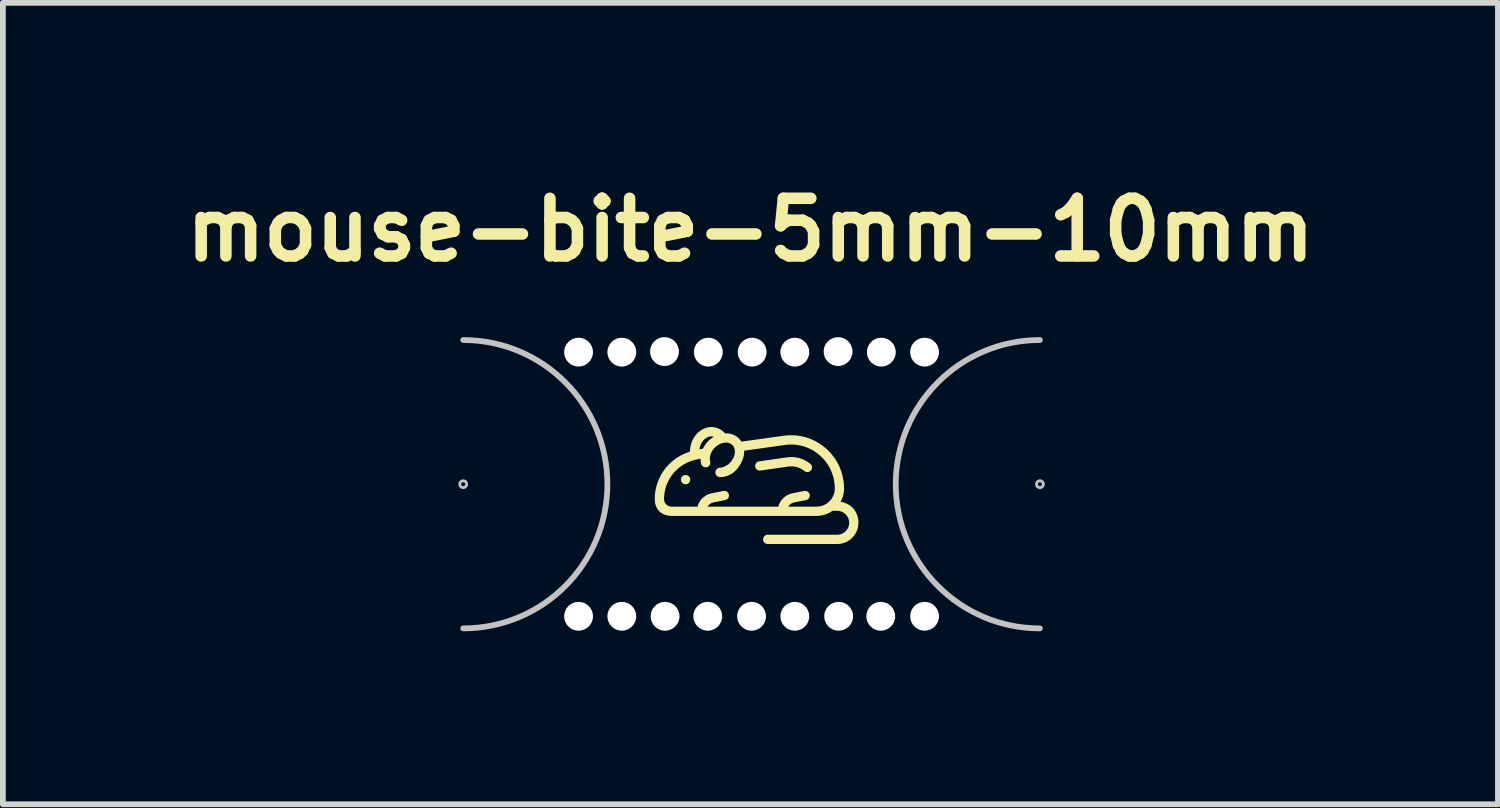
<source format=kicad_pcb>
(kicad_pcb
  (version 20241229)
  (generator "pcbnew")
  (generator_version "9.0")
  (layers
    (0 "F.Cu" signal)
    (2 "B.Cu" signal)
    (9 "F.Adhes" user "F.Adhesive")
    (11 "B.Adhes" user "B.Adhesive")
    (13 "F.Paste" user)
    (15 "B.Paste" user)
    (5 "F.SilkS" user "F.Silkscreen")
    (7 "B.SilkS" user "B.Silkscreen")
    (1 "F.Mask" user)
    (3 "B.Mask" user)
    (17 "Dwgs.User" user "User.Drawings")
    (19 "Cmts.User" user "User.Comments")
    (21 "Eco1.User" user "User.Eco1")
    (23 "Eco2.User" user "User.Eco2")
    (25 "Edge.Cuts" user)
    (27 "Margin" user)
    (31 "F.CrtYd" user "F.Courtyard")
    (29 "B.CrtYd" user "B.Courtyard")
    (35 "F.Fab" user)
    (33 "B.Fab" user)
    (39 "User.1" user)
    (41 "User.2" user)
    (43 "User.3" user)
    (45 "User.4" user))
  (footprint "mouse-bite-5mm-10mm"
    (layer "F.Cu")
    (at 9.982 5.346)
    (property "Reference" "mouse-bite-5mm-10mm" (at -0.02 -4.41 0) (layer "F.SilkS") (effects (font (size 1 1) (thickness 0.2))))
    (attr through_hole)
    (fp_poly (pts (xy -1.14 -0.16) (xy -1.136 -0.16) (xy -1.132 -0.159) (xy -1.128 -0.158) (xy -1.124 -0.158) (xy -1.12 -0.156) (xy -1.116 -0.155) (xy -1.113 -0.154) (xy -1.109 -0.152) (xy -1.106 -0.15) (xy -1.102 -0.148) (xy -1.099 -0.146) (xy -1.096 -0.144) (xy -1.093 -0.142) (xy -1.09 -0.139) (xy -1.087 -0.136) (xy -1.085 -0.134) (xy -1.082 -0.131) (xy -1.08 -0.128) (xy -1.077 -0.125) (xy -1.075 -0.121) (xy -1.073 -0.118) (xy -1.072 -0.114) (xy -1.07 -0.111) (xy -1.068 -0.107) (xy -1.067 -0.103) (xy -1.066 -0.1) (xy -1.065 -0.096) (xy -1.065 -0.092) (xy -1.064 -0.088) (xy -1.064 -0.084) (xy -1.064 -0.08) (xy -1.064 -0.075) (xy -1.064 -0.071) (xy -1.065 -0.067) (xy -1.065 -0.063) (xy -1.066 -0.059) (xy -1.067 -0.056) (xy -1.068 -0.052) (xy -1.07 -0.048) (xy -1.072 -0.045) (xy -1.073 -0.041) (xy -1.075 -0.038) (xy -1.077 -0.035) (xy -1.08 -0.031) (xy -1.082 -0.028) (xy -1.085 -0.025) (xy -1.087 -0.023) (xy -1.09 -0.02) (xy -1.093 -0.017) (xy -1.096 -0.015) (xy -1.099 -0.013) (xy -1.102 -0.011) (xy -1.106 -0.009) (xy -1.109 -0.007) (xy -1.113 -0.005) (xy -1.116 -0.004) (xy -1.12 -0.003) (xy -1.124 -0.002) (xy -1.128 -0.001) (xy -1.132 0.000097) (xy -1.136 0.001) (xy -1.14 0.001) (xy -1.144 0.001) (xy -1.148 0.001) (xy -1.152 0.001) (xy -1.156 0.000097) (xy -1.16 -0.001) (xy -1.164 -0.002) (xy -1.168 -0.003) (xy -1.172 -0.004) (xy -1.175 -0.005) (xy -1.179 -0.007) (xy -1.183 -0.009) (xy -1.186 -0.011) (xy -1.189 -0.013) (xy -1.192 -0.015) (xy -1.195 -0.017) (xy -1.198 -0.02) (xy -1.201 -0.023) (xy -1.204 -0.025) (xy -1.206 -0.028) (xy -1.209 -0.031) (xy -1.211 -0.035) (xy -1.213 -0.038) (xy -1.215 -0.041) (xy -1.217 -0.045) (xy -1.218 -0.048) (xy -1.22 -0.052) (xy -1.221 -0.056) (xy -1.222 -0.059) (xy -1.223 -0.063) (xy -1.224 -0.067) (xy -1.224 -0.071) (xy -1.225 -0.075) (xy -1.225 -0.08) (xy -1.225 -0.084) (xy -1.224 -0.088) (xy -1.224 -0.092) (xy -1.223 -0.096) (xy -1.222 -0.1) (xy -1.221 -0.103) (xy -1.22 -0.107) (xy -1.218 -0.111) (xy -1.217 -0.114) (xy -1.215 -0.118) (xy -1.213 -0.121) (xy -1.211 -0.125) (xy -1.209 -0.128) (xy -1.206 -0.131) (xy -1.204 -0.134) (xy -1.201 -0.136) (xy -1.198 -0.139) (xy -1.195 -0.142) (xy -1.192 -0.144) (xy -1.189 -0.146) (xy -1.186 -0.148) (xy -1.183 -0.15) (xy -1.179 -0.152) (xy -1.175 -0.154) (xy -1.172 -0.155) (xy -1.168 -0.156) (xy -1.164 -0.158) (xy -1.16 -0.158) (xy -1.156 -0.159) (xy -1.152 -0.16) (xy -1.148 -0.16) (xy -1.144 -0.16)) (stroke (width -0.000001) (type solid)) (fill yes) (layer "F.SilkS"))
    (fp_poly (pts (xy 0.699 -0.471) (xy 0.715 -0.471) (xy 0.73 -0.47) (xy 0.745 -0.468) (xy 0.76 -0.467) (xy 0.774 -0.464) (xy 0.789 -0.462) (xy 0.803 -0.459) (xy 0.817 -0.455) (xy 0.831 -0.452) (xy 0.845 -0.447) (xy 0.857 -0.443) (xy 0.868 -0.439) (xy 0.88 -0.435) (xy 0.891 -0.43) (xy 0.903 -0.425) (xy 0.914 -0.42) (xy 0.925 -0.414) (xy 0.936 -0.408) (xy 0.946 -0.403) (xy 0.957 -0.396) (xy 0.968 -0.39) (xy 0.978 -0.383) (xy 0.988 -0.377) (xy 0.998 -0.369) (xy 1.008 -0.362) (xy 1.018 -0.355) (xy 1.021 -0.352) (xy 1.024 -0.349) (xy 1.027 -0.346) (xy 1.03 -0.343) (xy 1.032 -0.34) (xy 1.035 -0.337) (xy 1.037 -0.334) (xy 1.039 -0.33) (xy 1.041 -0.327) (xy 1.042 -0.323) (xy 1.044 -0.32) (xy 1.045 -0.316) (xy 1.046 -0.312) (xy 1.047 -0.308) (xy 1.048 -0.305) (xy 1.048 -0.301) (xy 1.048 -0.297) (xy 1.049 -0.293) (xy 1.049 -0.289) (xy 1.048 -0.285) (xy 1.048 -0.282) (xy 1.047 -0.278) (xy 1.047 -0.274) (xy 1.046 -0.27) (xy 1.045 -0.266) (xy 1.043 -0.263) (xy 1.042 -0.259) (xy 1.04 -0.255) (xy 1.038 -0.252) (xy 1.036 -0.248) (xy 1.034 -0.245) (xy 1.031 -0.241) (xy 1.028 -0.238) (xy 1.025 -0.234) (xy 1.021 -0.231) (xy 1.018 -0.228) (xy 1.014 -0.225) (xy 1.01 -0.223) (xy 1.007 -0.221) (xy 1.003 -0.219) (xy 0.998 -0.217) (xy 0.994 -0.215) (xy 0.99 -0.214) (xy 0.986 -0.213) (xy 0.981 -0.212) (xy 0.977 -0.211) (xy 0.972 -0.211) (xy 0.968 -0.211) (xy 0.963 -0.211) (xy 0.959 -0.211) (xy 0.955 -0.211) (xy 0.952 -0.212) (xy 0.948 -0.213) (xy 0.945 -0.213) (xy 0.942 -0.214) (xy 0.939 -0.215) (xy 0.936 -0.216) (xy 0.934 -0.218) (xy 0.931 -0.219) (xy 0.928 -0.221) (xy 0.926 -0.222) (xy 0.923 -0.224) (xy 0.92 -0.226) (xy 0.918 -0.228) (xy 0.911 -0.234) (xy 0.904 -0.239) (xy 0.897 -0.244) (xy 0.889 -0.249) (xy 0.882 -0.253) (xy 0.875 -0.258) (xy 0.867 -0.262) (xy 0.86 -0.266) (xy 0.852 -0.27) (xy 0.844 -0.274) (xy 0.836 -0.278) (xy 0.828 -0.281) (xy 0.82 -0.285) (xy 0.812 -0.288) (xy 0.804 -0.291) (xy 0.795 -0.293) (xy 0.789 -0.295) (xy 0.783 -0.297) (xy 0.776 -0.299) (xy 0.77 -0.3) (xy 0.757 -0.303) (xy 0.743 -0.305) (xy 0.73 -0.307) (xy 0.716 -0.308) (xy 0.702 -0.309) (xy 0.687 -0.309) (xy 0.675 -0.309) (xy 0.665 -0.309) (xy 0.657 -0.309) (xy 0.651 -0.308) (xy 0.646 -0.308) (xy 0.641 -0.307) (xy 0.629 -0.305) (xy 0.155 -0.237) (xy 0.151 -0.236) (xy 0.147 -0.236) (xy 0.143 -0.236) (xy 0.139 -0.236) (xy 0.135 -0.236) (xy 0.131 -0.237) (xy 0.127 -0.238) (xy 0.123 -0.238) (xy 0.119 -0.24) (xy 0.115 -0.241) (xy 0.112 -0.242) (xy 0.108 -0.244) (xy 0.105 -0.246) (xy 0.101 -0.248) (xy 0.098 -0.25) (xy 0.095 -0.252) (xy 0.092 -0.254) (xy 0.089 -0.257) (xy 0.086 -0.26) (xy 0.084 -0.262) (xy 0.081 -0.265) (xy 0.079 -0.268) (xy 0.076 -0.272) (xy 0.074 -0.275) (xy 0.072 -0.278) (xy 0.071 -0.282) (xy 0.069 -0.285) (xy 0.067 -0.289) (xy 0.066 -0.293) (xy 0.065 -0.297) (xy 0.064 -0.301) (xy 0.064 -0.305) (xy 0.063 -0.309) (xy 0.063 -0.313) (xy 0.063 -0.317) (xy 0.063 -0.321) (xy 0.063 -0.325) (xy 0.064 -0.329) (xy 0.064 -0.333) (xy 0.065 -0.337) (xy 0.066 -0.341) (xy 0.068 -0.344) (xy 0.069 -0.348) (xy 0.071 -0.352) (xy 0.073 -0.355) (xy 0.074 -0.358) (xy 0.077 -0.362) (xy 0.079 -0.365) (xy 0.081 -0.368) (xy 0.084 -0.371) (xy 0.086 -0.374) (xy 0.089 -0.376) (xy 0.092 -0.379) (xy 0.095 -0.381) (xy 0.098 -0.383) (xy 0.102 -0.385) (xy 0.105 -0.387) (xy 0.109 -0.389) (xy 0.112 -0.391) (xy 0.116 -0.392) (xy 0.12 -0.394) (xy 0.124 -0.395) (xy 0.128 -0.396) (xy 0.132 -0.396) (xy 0.606 -0.465) (xy 0.622 -0.467) (xy 0.638 -0.469) (xy 0.653 -0.47) (xy 0.669 -0.471) (xy 0.684 -0.471)) (stroke (width -0.000001) (type solid)) (fill yes) (layer "F.SilkS"))
    (fp_poly (pts (xy -0.669 -0.99) (xy -0.651 -0.988) (xy -0.637 -0.985) (xy -0.624 -0.982) (xy -0.611 -0.979) (xy -0.597 -0.974) (xy -0.584 -0.97) (xy -0.572 -0.964) (xy -0.559 -0.959) (xy -0.547 -0.952) (xy -0.535 -0.945) (xy -0.524 -0.938) (xy -0.512 -0.93) (xy -0.501 -0.921) (xy -0.49 -0.912) (xy -0.48 -0.903) (xy -0.47 -0.893) (xy -0.46 -0.882) (xy -0.447 -0.882) (xy -0.433 -0.882) (xy -0.42 -0.882) (xy -0.407 -0.88) (xy -0.394 -0.879) (xy -0.381 -0.876) (xy -0.368 -0.874) (xy -0.355 -0.871) (xy -0.343 -0.867) (xy -0.331 -0.863) (xy -0.319 -0.858) (xy -0.307 -0.853) (xy -0.295 -0.847) (xy -0.284 -0.841) (xy -0.273 -0.835) (xy -0.262 -0.828) (xy -0.255 -0.823) (xy -0.249 -0.818) (xy -0.243 -0.814) (xy -0.237 -0.809) (xy -0.231 -0.803) (xy -0.225 -0.798) (xy -0.22 -0.793) (xy -0.214 -0.787) (xy -0.209 -0.781) (xy -0.204 -0.775) (xy -0.199 -0.769) (xy -0.194 -0.763) (xy -0.189 -0.757) (xy -0.184 -0.751) (xy -0.18 -0.744) (xy -0.176 -0.738) (xy 0.554 -0.84) (xy 0.58 -0.843) (xy 0.606 -0.846) (xy 0.632 -0.848) (xy 0.658 -0.849) (xy 0.684 -0.849) (xy 0.71 -0.849) (xy 0.736 -0.848) (xy 0.762 -0.846) (xy 0.787 -0.844) (xy 0.813 -0.841) (xy 0.838 -0.837) (xy 0.863 -0.832) (xy 0.888 -0.827) (xy 0.912 -0.821) (xy 0.936 -0.815) (xy 0.96 -0.807) (xy 1.031 -0.782) (xy 1.098 -0.751) (xy 1.162 -0.715) (xy 1.222 -0.675) (xy 1.279 -0.63) (xy 1.332 -0.582) (xy 1.381 -0.529) (xy 1.425 -0.473) (xy 1.465 -0.414) (xy 1.501 -0.351) (xy 1.531 -0.286) (xy 1.557 -0.218) (xy 1.577 -0.149) (xy 1.591 -0.077) (xy 1.601 -0.003) (xy 1.604 0.072) (xy 1.604 0.088) (xy 1.603 0.103) (xy 1.602 0.119) (xy 1.6 0.134) (xy 1.598 0.15) (xy 1.595 0.165) (xy 1.592 0.18) (xy 1.588 0.194) (xy 1.584 0.209) (xy 1.58 0.223) (xy 1.574 0.237) (xy 1.569 0.251) (xy 1.563 0.265) (xy 1.557 0.279) (xy 1.55 0.292) (xy 1.543 0.305) (xy 1.575 0.312) (xy 1.607 0.32) (xy 1.637 0.332) (xy 1.665 0.345) (xy 1.679 0.353) (xy 1.693 0.361) (xy 1.706 0.37) (xy 1.718 0.379) (xy 1.73 0.389) (xy 1.742 0.399) (xy 1.753 0.41) (xy 1.764 0.421) (xy 1.774 0.433) (xy 1.783 0.445) (xy 1.792 0.458) (xy 1.801 0.472) (xy 1.809 0.486) (xy 1.816 0.5) (xy 1.823 0.515) (xy 1.829 0.53) (xy 1.834 0.546) (xy 1.839 0.562) (xy 1.843 0.579) (xy 1.847 0.596) (xy 1.849 0.613) (xy 1.851 0.631) (xy 1.852 0.65) (xy 1.853 0.669) (xy 1.852 0.688) (xy 1.851 0.706) (xy 1.848 0.725) (xy 1.845 0.743) (xy 1.841 0.761) (xy 1.836 0.778) (xy 1.83 0.795) (xy 1.824 0.812) (xy 1.816 0.828) (xy 1.808 0.844) (xy 1.799 0.859) (xy 1.79 0.874) (xy 1.779 0.889) (xy 1.768 0.903) (xy 1.757 0.916) (xy 1.745 0.929) (xy 1.732 0.941) (xy 1.719 0.953) (xy 1.705 0.964) (xy 1.69 0.974) (xy 1.675 0.984) (xy 1.66 0.992) (xy 1.644 1.001) (xy 1.628 1.008) (xy 1.611 1.014) (xy 1.594 1.02) (xy 1.576 1.025) (xy 1.559 1.029) (xy 1.54 1.033) (xy 1.522 1.035) (xy 1.503 1.036) (xy 1.484 1.037) (xy 0.28 1.037) (xy 0.276 1.037) (xy 0.272 1.036) (xy 0.268 1.036) (xy 0.264 1.035) (xy 0.26 1.034) (xy 0.256 1.033) (xy 0.253 1.032) (xy 0.249 1.031) (xy 0.245 1.029) (xy 0.242 1.027) (xy 0.238 1.025) (xy 0.235 1.023) (xy 0.232 1.021) (xy 0.229 1.018) (xy 0.226 1.016) (xy 0.223 1.013) (xy 0.221 1.01) (xy 0.218 1.008) (xy 0.216 1.004) (xy 0.213 1.001) (xy 0.211 0.998) (xy 0.209 0.995) (xy 0.208 0.991) (xy 0.206 0.988) (xy 0.205 0.984) (xy 0.203 0.98) (xy 0.202 0.976) (xy 0.201 0.973) (xy 0.201 0.969) (xy 0.2 0.965) (xy 0.2 0.96) (xy 0.2 0.956) (xy 0.2 0.952) (xy 0.2 0.948) (xy 0.201 0.944) (xy 0.201 0.94) (xy 0.202 0.936) (xy 0.203 0.932) (xy 0.205 0.929) (xy 0.206 0.925) (xy 0.208 0.921) (xy 0.209 0.918) (xy 0.211 0.915) (xy 0.213 0.911) (xy 0.216 0.908) (xy 0.218 0.905) (xy 0.221 0.902) (xy 0.223 0.899) (xy 0.226 0.897) (xy 0.229 0.894) (xy 0.232 0.892) (xy 0.235 0.89) (xy 0.238 0.887) (xy 0.242 0.885) (xy 0.245 0.884) (xy 0.249 0.882) (xy 0.253 0.881) (xy 0.256 0.879) (xy 0.26 0.878) (xy 0.264 0.877) (xy 0.268 0.877) (xy 0.272 0.876) (xy 0.276 0.876) (xy 0.28 0.876) (xy 1.485 0.876) (xy 1.495 0.875) (xy 1.506 0.875) (xy 1.516 0.873) (xy 1.526 0.872) (xy 1.536 0.869) (xy 1.546 0.866) (xy 1.556 0.863) (xy 1.565 0.859) (xy 1.575 0.855) (xy 1.583 0.851) (xy 1.592 0.846) (xy 1.601 0.84) (xy 1.609 0.835) (xy 1.616 0.828) (xy 1.624 0.822) (xy 1.631 0.815) (xy 1.638 0.808) (xy 1.645 0.8) (xy 1.651 0.792) (xy 1.657 0.784) (xy 1.662 0.776) (xy 1.667 0.767) (xy 1.671 0.758) (xy 1.676 0.749) (xy 1.679 0.74) (xy 1.683 0.73) (xy 1.685 0.72) (xy 1.688 0.71) (xy 1.69 0.7) (xy 1.691 0.69) (xy 1.692 0.679) (xy 1.692 0.669) (xy 1.692 0.658) (xy 1.691 0.647) (xy 1.69 0.637) (xy 1.688 0.627) (xy 1.685 0.617) (xy 1.683 0.607) (xy 1.679 0.597) (xy 1.676 0.588) (xy 1.671 0.579) (xy 1.667 0.57) (xy 1.662 0.561) (xy 1.657 0.553) (xy 1.651 0.545) (xy 1.645 0.537) (xy 1.638 0.529) (xy 1.631 0.522) (xy 1.624 0.515) (xy 1.616 0.509) (xy 1.609 0.503) (xy 1.601 0.497) (xy 1.592 0.491) (xy 1.583 0.486) (xy 1.575 0.482) (xy 1.565 0.478) (xy 1.556 0.474) (xy 1.546 0.471) (xy 1.536 0.468) (xy 1.526 0.466) (xy 1.516 0.464) (xy 1.506 0.462) (xy 1.495 0.462) (xy 1.485 0.461) (xy 1.403 0.461) (xy 1.388 0.472) (xy 1.373 0.481) (xy 1.357 0.49) (xy 1.341 0.499) (xy 1.325 0.506) (xy 1.308 0.514) (xy 1.291 0.52) (xy 1.274 0.526) (xy 1.257 0.532) (xy 1.239 0.536) (xy 1.221 0.54) (xy 1.202 0.544) (xy 1.184 0.546) (xy 1.165 0.548) (xy 1.146 0.549) (xy 1.127 0.55) (xy -1.387 0.55) (xy -1.417 0.548) (xy -1.431 0.547) (xy -1.446 0.545) (xy -1.46 0.542) (xy -1.474 0.539) (xy -1.487 0.535) (xy -1.5 0.531) (xy -1.513 0.526) (xy -1.526 0.521) (xy -1.538 0.515) (xy -1.55 0.508) (xy -1.561 0.501) (xy -1.572 0.493) (xy -1.583 0.485) (xy -1.593 0.476) (xy -1.603 0.467) (xy -1.612 0.457) (xy -1.621 0.446) (xy -1.629 0.435) (xy -1.636 0.423) (xy -1.643 0.411) (xy -1.65 0.398) (xy -1.656 0.385) (xy -1.661 0.371) (xy -1.666 0.356) (xy -1.67 0.341) (xy -1.673 0.326) (xy -1.675 0.31) (xy -1.677 0.293) (xy -1.678 0.276) (xy -1.679 0.258) (xy -1.518 0.258) (xy -1.517 0.265) (xy -1.517 0.272) (xy -1.516 0.278) (xy -1.515 0.284) (xy -1.513 0.291) (xy -1.512 0.297) (xy -1.51 0.303) (xy -1.507 0.309) (xy -1.505 0.315) (xy -1.502 0.32) (xy -1.499 0.326) (xy -1.495 0.331) (xy -1.492 0.336) (xy -1.488 0.341) (xy -1.484 0.346) (xy -1.479 0.35) (xy -1.475 0.355) (xy -1.47 0.359) (xy -1.465 0.363) (xy -1.46 0.366) (xy -1.455 0.37) (xy -1.449 0.373) (xy -1.444 0.376) (xy -1.438 0.378) (xy -1.432 0.381) (xy -1.426 0.383) (xy -1.42 0.385) (xy -1.413 0.386) (xy -1.407 0.387) (xy -1.4 0.388) (xy -1.394 0.389) (xy -1.387 0.389) (xy -0.937 0.389) (xy -0.931 0.368) (xy -0.923 0.347) (xy -0.914 0.327) (xy -0.903 0.308) (xy -0.892 0.289) (xy -0.879 0.272) (xy -0.864 0.255) (xy -0.849 0.24) (xy -0.833 0.225) (xy -0.815 0.212) (xy -0.797 0.199) (xy -0.778 0.188) (xy -0.758 0.179) (xy -0.737 0.17) (xy -0.715 0.164) (xy -0.693 0.158) (xy -0.489 0.117) (xy -0.484 0.117) (xy -0.48 0.116) (xy -0.476 0.116) (xy -0.472 0.116) (xy -0.468 0.116) (xy -0.464 0.116) (xy -0.46 0.117) (xy -0.456 0.117) (xy -0.453 0.118) (xy -0.449 0.119) (xy -0.445 0.121) (xy -0.442 0.122) (xy -0.438 0.124) (xy -0.435 0.125) (xy -0.431 0.127) (xy -0.428 0.129) (xy -0.425 0.131) (xy -0.422 0.134) (xy -0.419 0.136) (xy -0.416 0.139) (xy -0.413 0.142) (xy -0.411 0.145) (xy -0.408 0.148) (xy -0.406 0.151) (xy -0.404 0.154) (xy -0.402 0.158) (xy -0.4 0.161) (xy -0.398 0.165) (xy -0.397 0.169) (xy -0.396 0.172) (xy -0.395 0.176) (xy -0.394 0.18) (xy -0.393 0.185) (xy -0.392 0.189) (xy -0.392 0.193) (xy -0.392 0.197) (xy -0.392 0.201) (xy -0.392 0.205) (xy -0.393 0.209) (xy -0.394 0.212) (xy -0.395 0.216) (xy -0.396 0.22) (xy -0.397 0.224) (xy -0.398 0.227) (xy -0.4 0.231) (xy -0.402 0.234) (xy -0.403 0.238) (xy -0.406 0.241) (xy -0.408 0.244) (xy -0.41 0.247) (xy -0.413 0.25) (xy -0.415 0.253) (xy -0.418 0.256) (xy -0.421 0.258) (xy -0.424 0.261) (xy -0.427 0.263) (xy -0.431 0.265) (xy -0.434 0.267) (xy -0.438 0.269) (xy -0.441 0.27) (xy -0.445 0.272) (xy -0.449 0.273) (xy -0.453 0.274) (xy -0.457 0.275) (xy -0.661 0.316) (xy -0.669 0.318) (xy -0.677 0.32) (xy -0.685 0.323) (xy -0.693 0.326) (xy -0.7 0.33) (xy -0.707 0.333) (xy -0.714 0.338) (xy -0.721 0.342) (xy -0.727 0.347) (xy -0.734 0.352) (xy -0.739 0.358) (xy -0.745 0.363) (xy -0.75 0.369) (xy -0.755 0.376) (xy -0.76 0.382) (xy -0.764 0.389) (xy 0.463 0.389) (xy 0.47 0.368) (xy 0.478 0.347) (xy 0.487 0.327) (xy 0.497 0.308) (xy 0.509 0.289) (xy 0.522 0.272) (xy 0.537 0.255) (xy 0.552 0.24) (xy 0.568 0.225) (xy 0.586 0.212) (xy 0.604 0.199) (xy 0.623 0.188) (xy 0.643 0.179) (xy 0.664 0.17) (xy 0.686 0.164) (xy 0.708 0.158) (xy 0.912 0.117) (xy 0.917 0.117) (xy 0.921 0.116) (xy 0.925 0.116) (xy 0.929 0.116) (xy 0.933 0.116) (xy 0.937 0.116) (xy 0.941 0.117) (xy 0.944 0.117) (xy 0.948 0.118) (xy 0.952 0.119) (xy 0.956 0.121) (xy 0.959 0.122) (xy 0.963 0.124) (xy 0.966 0.125) (xy 0.97 0.127) (xy 0.973 0.129) (xy 0.976 0.131) (xy 0.979 0.134) (xy 0.982 0.136) (xy 0.985 0.139) (xy 0.988 0.142) (xy 0.99 0.145) (xy 0.993 0.148) (xy 0.995 0.151) (xy 0.997 0.154) (xy 0.999 0.158) (xy 1.001 0.161) (xy 1.003 0.165) (xy 1.004 0.169) (xy 1.005 0.172) (xy 1.006 0.176) (xy 1.007 0.18) (xy 1.008 0.185) (xy 1.009 0.189) (xy 1.009 0.193) (xy 1.009 0.197) (xy 1.009 0.201) (xy 1.008 0.205) (xy 1.008 0.209) (xy 1.007 0.212) (xy 1.006 0.216) (xy 1.005 0.22) (xy 1.004 0.224) (xy 1.003 0.227) (xy 1.001 0.231) (xy 0.999 0.234) (xy 0.997 0.238) (xy 0.995 0.241) (xy 0.993 0.244) (xy 0.991 0.247) (xy 0.988 0.25) (xy 0.986 0.253) (xy 0.983 0.256) (xy 0.98 0.258) (xy 0.977 0.261) (xy 0.974 0.263) (xy 0.97 0.265) (xy 0.967 0.267) (xy 0.963 0.269) (xy 0.96 0.27) (xy 0.956 0.272) (xy 0.952 0.273) (xy 0.948 0.274) (xy 0.944 0.275) (xy 0.74 0.316) (xy 0.732 0.318) (xy 0.724 0.32) (xy 0.716 0.323) (xy 0.708 0.326) (xy 0.701 0.33) (xy 0.694 0.333) (xy 0.687 0.338) (xy 0.68 0.342) (xy 0.674 0.347) (xy 0.667 0.352) (xy 0.662 0.358) (xy 0.656 0.363) (xy 0.651 0.369) (xy 0.646 0.376) (xy 0.641 0.382) (xy 0.637 0.389) (xy 1.127 0.389) (xy 1.127 0.389) (xy 1.143 0.388) (xy 1.159 0.387) (xy 1.175 0.385) (xy 1.19 0.382) (xy 1.206 0.379) (xy 1.221 0.375) (xy 1.235 0.37) (xy 1.25 0.364) (xy 1.264 0.358) (xy 1.277 0.351) (xy 1.291 0.343) (xy 1.303 0.335) (xy 1.316 0.326) (xy 1.328 0.316) (xy 1.339 0.306) (xy 1.35 0.296) (xy 1.361 0.285) (xy 1.371 0.273) (xy 1.38 0.262) (xy 1.389 0.249) (xy 1.397 0.236) (xy 1.405 0.223) (xy 1.412 0.209) (xy 1.418 0.195) (xy 1.424 0.181) (xy 1.429 0.166) (xy 1.433 0.151) (xy 1.437 0.136) (xy 1.439 0.121) (xy 1.441 0.105) (xy 1.443 0.089) (xy 1.443 0.072) (xy 1.442 0.041) (xy 1.44 0.011) (xy 1.437 -0.02) (xy 1.433 -0.05) (xy 1.427 -0.08) (xy 1.421 -0.109) (xy 1.413 -0.138) (xy 1.404 -0.167) (xy 1.394 -0.195) (xy 1.383 -0.223) (xy 1.371 -0.25) (xy 1.358 -0.277) (xy 1.344 -0.303) (xy 1.329 -0.328) (xy 1.313 -0.353) (xy 1.295 -0.377) (xy 1.278 -0.401) (xy 1.259 -0.424) (xy 1.239 -0.446) (xy 1.218 -0.467) (xy 1.197 -0.488) (xy 1.175 -0.507) (xy 1.152 -0.526) (xy 1.128 -0.544) (xy 1.103 -0.561) (xy 1.078 -0.578) (xy 1.052 -0.593) (xy 1.025 -0.607) (xy 0.998 -0.62) (xy 0.969 -0.633) (xy 0.941 -0.644) (xy 0.911 -0.654) (xy 0.892 -0.66) (xy 0.872 -0.665) (xy 0.852 -0.67) (xy 0.831 -0.674) (xy 0.811 -0.678) (xy 0.79 -0.681) (xy 0.769 -0.684) (xy 0.748 -0.686) (xy 0.727 -0.687) (xy 0.706 -0.688) (xy 0.684 -0.688) (xy 0.663 -0.687) (xy 0.641 -0.686) (xy 0.62 -0.685) (xy 0.598 -0.683) (xy 0.577 -0.68) (xy -0.129 -0.581) (xy -0.128 -0.563) (xy -0.129 -0.546) (xy -0.13 -0.528) (xy -0.133 -0.51) (xy -0.136 -0.492) (xy -0.14 -0.474) (xy -0.145 -0.457) (xy -0.15 -0.439) (xy -0.157 -0.421) (xy -0.164 -0.404) (xy -0.172 -0.387) (xy -0.181 -0.369) (xy -0.19 -0.352) (xy -0.2 -0.336) (xy -0.21 -0.319) (xy -0.221 -0.303) (xy -0.233 -0.287) (xy -0.245 -0.272) (xy -0.257 -0.258) (xy -0.269 -0.245) (xy -0.281 -0.232) (xy -0.293 -0.221) (xy -0.306 -0.211) (xy -0.318 -0.201) (xy -0.33 -0.192) (xy -0.343 -0.184) (xy -0.355 -0.176) (xy -0.367 -0.169) (xy -0.379 -0.163) (xy -0.391 -0.157) (xy -0.403 -0.152) (xy -0.415 -0.147) (xy -0.437 -0.14) (xy -0.458 -0.134) (xy -0.478 -0.13) (xy -0.496 -0.127) (xy -0.512 -0.125) (xy -0.526 -0.124) (xy -0.547 -0.124) (xy -0.551 -0.124) (xy -0.555 -0.124) (xy -0.559 -0.124) (xy -0.563 -0.125) (xy -0.566 -0.126) (xy -0.57 -0.127) (xy -0.573 -0.128) (xy -0.577 -0.129) (xy -0.58 -0.131) (xy -0.584 -0.132) (xy -0.587 -0.134) (xy -0.59 -0.136) (xy -0.593 -0.138) (xy -0.596 -0.14) (xy -0.599 -0.143) (xy -0.602 -0.145) (xy -0.604 -0.148) (xy -0.607 -0.15) (xy -0.609 -0.153) (xy -0.612 -0.156) (xy -0.614 -0.159) (xy -0.616 -0.162) (xy -0.618 -0.166) (xy -0.619 -0.169) (xy -0.621 -0.172) (xy -0.622 -0.176) (xy -0.624 -0.18) (xy -0.625 -0.183) (xy -0.626 -0.187) (xy -0.626 -0.191) (xy -0.627 -0.195) (xy -0.627 -0.199) (xy -0.628 -0.203) (xy -0.628 -0.207) (xy -0.627 -0.211) (xy -0.627 -0.215) (xy -0.626 -0.219) (xy -0.626 -0.223) (xy -0.625 -0.227) (xy -0.623 -0.23) (xy -0.622 -0.234) (xy -0.62 -0.238) (xy -0.619 -0.241) (xy -0.617 -0.245) (xy -0.615 -0.248) (xy -0.613 -0.251) (xy -0.61 -0.254) (xy -0.608 -0.257) (xy -0.605 -0.26) (xy -0.603 -0.263) (xy -0.6 -0.265) (xy -0.597 -0.268) (xy -0.594 -0.27) (xy -0.59 -0.272) (xy -0.587 -0.274) (xy -0.584 -0.276) (xy -0.58 -0.278) (xy -0.576 -0.279) (xy -0.573 -0.281) (xy -0.569 -0.282) (xy -0.565 -0.283) (xy -0.561 -0.284) (xy -0.557 -0.284) (xy -0.553 -0.285) (xy -0.539 -0.286) (xy -0.525 -0.288) (xy -0.511 -0.292) (xy -0.497 -0.296) (xy -0.483 -0.3) (xy -0.469 -0.306) (xy -0.456 -0.313) (xy -0.443 -0.32) (xy -0.43 -0.328) (xy -0.417 -0.336) (xy -0.405 -0.345) (xy -0.393 -0.355) (xy -0.381 -0.366) (xy -0.37 -0.377) (xy -0.359 -0.389) (xy -0.349 -0.401) (xy -0.341 -0.413) (xy -0.333 -0.424) (xy -0.326 -0.436) (xy -0.319 -0.448) (xy -0.313 -0.46) (xy -0.308 -0.473) (xy -0.303 -0.485) (xy -0.299 -0.497) (xy -0.296 -0.51) (xy -0.293 -0.522) (xy -0.291 -0.534) (xy -0.29 -0.547) (xy -0.289 -0.559) (xy -0.289 -0.571) (xy -0.29 -0.583) (xy -0.292 -0.595) (xy -0.293 -0.6) (xy -0.294 -0.606) (xy -0.295 -0.613) (xy -0.297 -0.619) (xy -0.299 -0.626) (xy -0.302 -0.632) (xy -0.305 -0.639) (xy -0.308 -0.645) (xy -0.312 -0.652) (xy -0.316 -0.659) (xy -0.321 -0.665) (xy -0.326 -0.671) (xy -0.332 -0.678) (xy -0.335 -0.681) (xy -0.338 -0.684) (xy -0.341 -0.686) (xy -0.345 -0.689) (xy -0.349 -0.692) (xy -0.352 -0.695) (xy -0.361 -0.7) (xy -0.369 -0.704) (xy -0.378 -0.709) (xy -0.387 -0.712) (xy -0.396 -0.715) (xy -0.406 -0.717) (xy -0.416 -0.719) (xy -0.426 -0.72) (xy -0.436 -0.721) (xy -0.446 -0.721) (xy -0.456 -0.721) (xy -0.467 -0.72) (xy -0.477 -0.719) (xy -0.488 -0.717) (xy -0.499 -0.715) (xy -0.509 -0.712) (xy -0.52 -0.708) (xy -0.531 -0.705) (xy -0.541 -0.7) (xy -0.552 -0.695) (xy -0.562 -0.69) (xy -0.572 -0.685) (xy -0.582 -0.678) (xy -0.592 -0.672) (xy -0.602 -0.665) (xy -0.612 -0.657) (xy -0.621 -0.65) (xy -0.63 -0.641) (xy -0.639 -0.633) (xy -0.648 -0.624) (xy -0.656 -0.614) (xy -0.664 -0.604) (xy -0.673 -0.592) (xy -0.682 -0.579) (xy -0.689 -0.566) (xy -0.696 -0.553) (xy -0.702 -0.539) (xy -0.708 -0.526) (xy -0.712 -0.512) (xy -0.716 -0.499) (xy -0.719 -0.485) (xy -0.722 -0.472) (xy -0.723 -0.458) (xy -0.724 -0.445) (xy -0.724 -0.432) (xy -0.723 -0.419) (xy -0.721 -0.406) (xy -0.718 -0.394) (xy -0.717 -0.39) (xy -0.716 -0.386) (xy -0.716 -0.382) (xy -0.715 -0.378) (xy -0.715 -0.374) (xy -0.715 -0.37) (xy -0.715 -0.366) (xy -0.716 -0.362) (xy -0.717 -0.358) (xy -0.717 -0.354) (xy -0.718 -0.35) (xy -0.72 -0.347) (xy -0.721 -0.343) (xy -0.723 -0.339) (xy -0.724 -0.336) (xy -0.726 -0.333) (xy -0.728 -0.329) (xy -0.73 -0.326) (xy -0.733 -0.323) (xy -0.735 -0.32) (xy -0.738 -0.317) (xy -0.741 -0.314) (xy -0.744 -0.312) (xy -0.747 -0.309) (xy -0.75 -0.307) (xy -0.753 -0.305) (xy -0.757 -0.303) (xy -0.76 -0.301) (xy -0.764 -0.299) (xy -0.768 -0.298) (xy -0.771 -0.297) (xy -0.775 -0.295) (xy -0.78 -0.295) (xy -0.784 -0.294) (xy -0.788 -0.293) (xy -0.792 -0.293) (xy -0.796 -0.293) (xy -0.8 -0.293) (xy -0.804 -0.293) (xy -0.808 -0.294) (xy -0.811 -0.294) (xy -0.815 -0.295) (xy -0.819 -0.296) (xy -0.823 -0.297) (xy -0.826 -0.299) (xy -0.83 -0.3) (xy -0.833 -0.302) (xy -0.837 -0.304) (xy -0.84 -0.306) (xy -0.843 -0.308) (xy -0.846 -0.311) (xy -0.849 -0.313) (xy -0.852 -0.316) (xy -0.855 -0.318) (xy -0.857 -0.321) (xy -0.86 -0.324) (xy -0.862 -0.328) (xy -0.864 -0.331) (xy -0.866 -0.334) (xy -0.868 -0.338) (xy -0.87 -0.341) (xy -0.871 -0.345) (xy -0.873 -0.349) (xy -0.874 -0.353) (xy -0.877 -0.364) (xy -0.879 -0.375) (xy -0.881 -0.386) (xy -0.883 -0.398) (xy -0.884 -0.409) (xy -0.885 -0.421) (xy -0.885 -0.432) (xy -0.885 -0.444) (xy -0.978 -0.422) (xy -1.006 -0.415) (xy -1.035 -0.406) (xy -1.062 -0.397) (xy -1.089 -0.386) (xy -1.116 -0.374) (xy -1.142 -0.361) (xy -1.168 -0.347) (xy -1.193 -0.332) (xy -1.217 -0.316) (xy -1.241 -0.298) (xy -1.264 -0.28) (xy -1.286 -0.261) (xy -1.307 -0.241) (xy -1.328 -0.22) (xy -1.348 -0.199) (xy -1.366 -0.176) (xy -1.384 -0.153) (xy -1.401 -0.128) (xy -1.417 -0.104) (xy -1.431 -0.078) (xy -1.445 -0.052) (xy -1.457 -0.026) (xy -1.468 0.001) (xy -1.479 0.028) (xy -1.488 0.056) (xy -1.496 0.084) (xy -1.502 0.113) (xy -1.508 0.142) (xy -1.512 0.17) (xy -1.515 0.2) (xy -1.517 0.229) (xy -1.518 0.258) (xy -1.679 0.258) (xy -1.679 0.258) (xy -1.678 0.222) (xy -1.676 0.186) (xy -1.672 0.15) (xy -1.667 0.114) (xy -1.66 0.079) (xy -1.651 0.044) (xy -1.642 0.009) (xy -1.631 -0.025) (xy -1.618 -0.059) (xy -1.604 -0.092) (xy -1.589 -0.124) (xy -1.572 -0.156) (xy -1.554 -0.188) (xy -1.535 -0.218) (xy -1.514 -0.248) (xy -1.493 -0.276) (xy -1.472 -0.302) (xy -1.45 -0.326) (xy -1.427 -0.35) (xy -1.404 -0.372) (xy -1.379 -0.394) (xy -1.354 -0.414) (xy -1.329 -0.434) (xy -1.302 -0.453) (xy -1.275 -0.471) (xy -1.247 -0.487) (xy -1.218 -0.503) (xy -1.189 -0.517) (xy -1.16 -0.531) (xy -1.13 -0.543) (xy -1.099 -0.554) (xy -1.068 -0.565) (xy -1.068 -0.574) (xy -1.068 -0.584) (xy -1.067 -0.593) (xy -1.066 -0.603) (xy -1.066 -0.604) (xy -0.904 -0.604) (xy -0.843 -0.618) (xy -0.838 -0.629) (xy -0.832 -0.64) (xy -0.826 -0.651) (xy -0.819 -0.661) (xy -0.813 -0.672) (xy -0.806 -0.682) (xy -0.799 -0.692) (xy -0.791 -0.702) (xy -0.784 -0.711) (xy -0.777 -0.72) (xy -0.769 -0.729) (xy -0.761 -0.737) (xy -0.753 -0.746) (xy -0.745 -0.754) (xy -0.736 -0.762) (xy -0.728 -0.77) (xy -0.719 -0.777) (xy -0.71 -0.784) (xy -0.701 -0.791) (xy -0.692 -0.798) (xy -0.683 -0.805) (xy -0.673 -0.811) (xy -0.664 -0.817) (xy -0.654 -0.823) (xy -0.657 -0.824) (xy -0.659 -0.825) (xy -0.662 -0.825) (xy -0.664 -0.826) (xy -0.667 -0.826) (xy -0.669 -0.827) (xy -0.672 -0.827) (xy -0.675 -0.828) (xy -0.684 -0.829) (xy -0.694 -0.829) (xy -0.704 -0.829) (xy -0.713 -0.828) (xy -0.723 -0.827) (xy -0.732 -0.825) (xy -0.742 -0.823) (xy -0.751 -0.82) (xy -0.76 -0.816) (xy -0.769 -0.812) (xy -0.778 -0.807) (xy -0.786 -0.802) (xy -0.795 -0.796) (xy -0.803 -0.79) (xy -0.811 -0.784) (xy -0.819 -0.777) (xy -0.827 -0.769) (xy -0.834 -0.761) (xy -0.841 -0.753) (xy -0.848 -0.744) (xy -0.855 -0.735) (xy -0.861 -0.726) (xy -0.867 -0.716) (xy -0.872 -0.706) (xy -0.877 -0.696) (xy -0.882 -0.685) (xy -0.887 -0.674) (xy -0.891 -0.662) (xy -0.894 -0.651) (xy -0.897 -0.639) (xy -0.9 -0.627) (xy -0.902 -0.615) (xy -0.903 -0.612) (xy -0.903 -0.611) (xy -0.904 -0.609) (xy -0.904 -0.608) (xy -0.904 -0.607) (xy -0.904 -0.606) (xy -0.904 -0.606) (xy -0.904 -0.605) (xy -0.904 -0.604) (xy -1.066 -0.604) (xy -1.066 -0.612) (xy -1.064 -0.622) (xy -1.063 -0.631) (xy -1.062 -0.641) (xy -1.058 -0.661) (xy -1.053 -0.681) (xy -1.048 -0.701) (xy -1.042 -0.72) (xy -1.035 -0.739) (xy -1.027 -0.757) (xy -1.018 -0.774) (xy -1.009 -0.792) (xy -0.999 -0.808) (xy -0.989 -0.824) (xy -0.978 -0.84) (xy -0.966 -0.854) (xy -0.954 -0.868) (xy -0.941 -0.882) (xy -0.928 -0.895) (xy -0.914 -0.907) (xy -0.9 -0.918) (xy -0.886 -0.929) (xy -0.871 -0.939) (xy -0.855 -0.948) (xy -0.84 -0.956) (xy -0.824 -0.964) (xy -0.807 -0.97) (xy -0.791 -0.976) (xy -0.774 -0.981) (xy -0.757 -0.985) (xy -0.74 -0.988) (xy -0.722 -0.99) (xy -0.705 -0.991) (xy -0.687 -0.991)) (stroke (width -0.000001) (type solid)) (fill yes) (layer "F.SilkS"))
    (fp_arc (start -5 -2.5) (mid -2.5 0) (end -5 2.5) (stroke (width 0.1) (type solid)) (layer "Dwgs.User"))
    (fp_arc (start 5 2.5) (mid 2.5 0) (end 5 -2.5) (stroke (width 0.1) (type solid)) (layer "Dwgs.User"))
    (fp_circle (center -5 0) (end -4.94 0) (stroke (width 0.05) (type solid)) (fill no) (layer "Dwgs.User"))
    (fp_circle (center 5 0) (end 5.06 0) (stroke (width 0.05) (type solid)) (fill no) (layer "Dwgs.User"))
    (pad "" np_thru_hole circle (at -3 -2.29) (size 0.5 0.5) (drill 0.5) (layers "*.Cu" "*.Mask"))
    (pad "" np_thru_hole circle (at -3 2.29) (size 0.5 0.5) (drill 0.5) (layers "*.Cu" "*.Mask"))
    (pad "" np_thru_hole circle (at -2.25 -2.29) (size 0.5 0.5) (drill 0.5) (layers "*.Cu" "*.Mask"))
    (pad "" np_thru_hole circle (at -2.25 2.29) (size 0.5 0.5) (drill 0.5) (layers "*.Cu" "*.Mask"))
    (pad "" np_thru_hole circle (at -1.51 -2.3) (size 0.5 0.5) (drill 0.5) (layers "*.Cu" "*.Mask"))
    (pad "" np_thru_hole circle (at -1.5 2.29) (size 0.5 0.5) (drill 0.5) (layers "*.Cu" "*.Mask"))
    (pad "" np_thru_hole circle (at -0.76 2.29) (size 0.5 0.5) (drill 0.5) (layers "*.Cu" "*.Mask"))
    (pad "" np_thru_hole circle (at -0.75 -2.29) (size 0.5 0.5) (drill 0.5) (layers "*.Cu" "*.Mask"))
    (pad "" np_thru_hole circle (at 0 2.29) (size 0.5 0.5) (drill 0.5) (layers "*.Cu" "*.Mask"))
    (pad "" np_thru_hole circle (at 0.01 -2.29) (size 0.5 0.5) (drill 0.5) (layers "*.Cu" "*.Mask"))
    (pad "" np_thru_hole circle (at 0.75 -2.29) (size 0.5 0.5) (drill 0.5) (layers "*.Cu" "*.Mask"))
    (pad "" np_thru_hole circle (at 0.75 2.29) (size 0.5 0.5) (drill 0.5) (layers "*.Cu" "*.Mask"))
    (pad "" np_thru_hole circle (at 1.5 -2.3) (size 0.5 0.5) (drill 0.5) (layers "*.Cu" "*.Mask"))
    (pad "" np_thru_hole circle (at 1.51 2.29) (size 0.5 0.5) (drill 0.5) (layers "*.Cu" "*.Mask"))
    (pad "" np_thru_hole circle (at 2.24 2.29) (size 0.5 0.5) (drill 0.5) (layers "*.Cu" "*.Mask"))
    (pad "" np_thru_hole circle (at 2.25 -2.29) (size 0.5 0.5) (drill 0.5) (layers "*.Cu" "*.Mask"))
    (pad "" np_thru_hole circle (at 3 -2.29) (size 0.5 0.5) (drill 0.5) (layers "*.Cu" "*.Mask"))
    (pad "" np_thru_hole circle (at 3 2.29) (size 0.5 0.5) (drill 0.5) (layers "*.Cu" "*.Mask")))
  (gr_rect
    (start -3 -3)
    (end 22.924 10.896)
    (stroke (width 0.1) (type default))
    (fill no)
    (layer "Edge.Cuts")))
</source>
